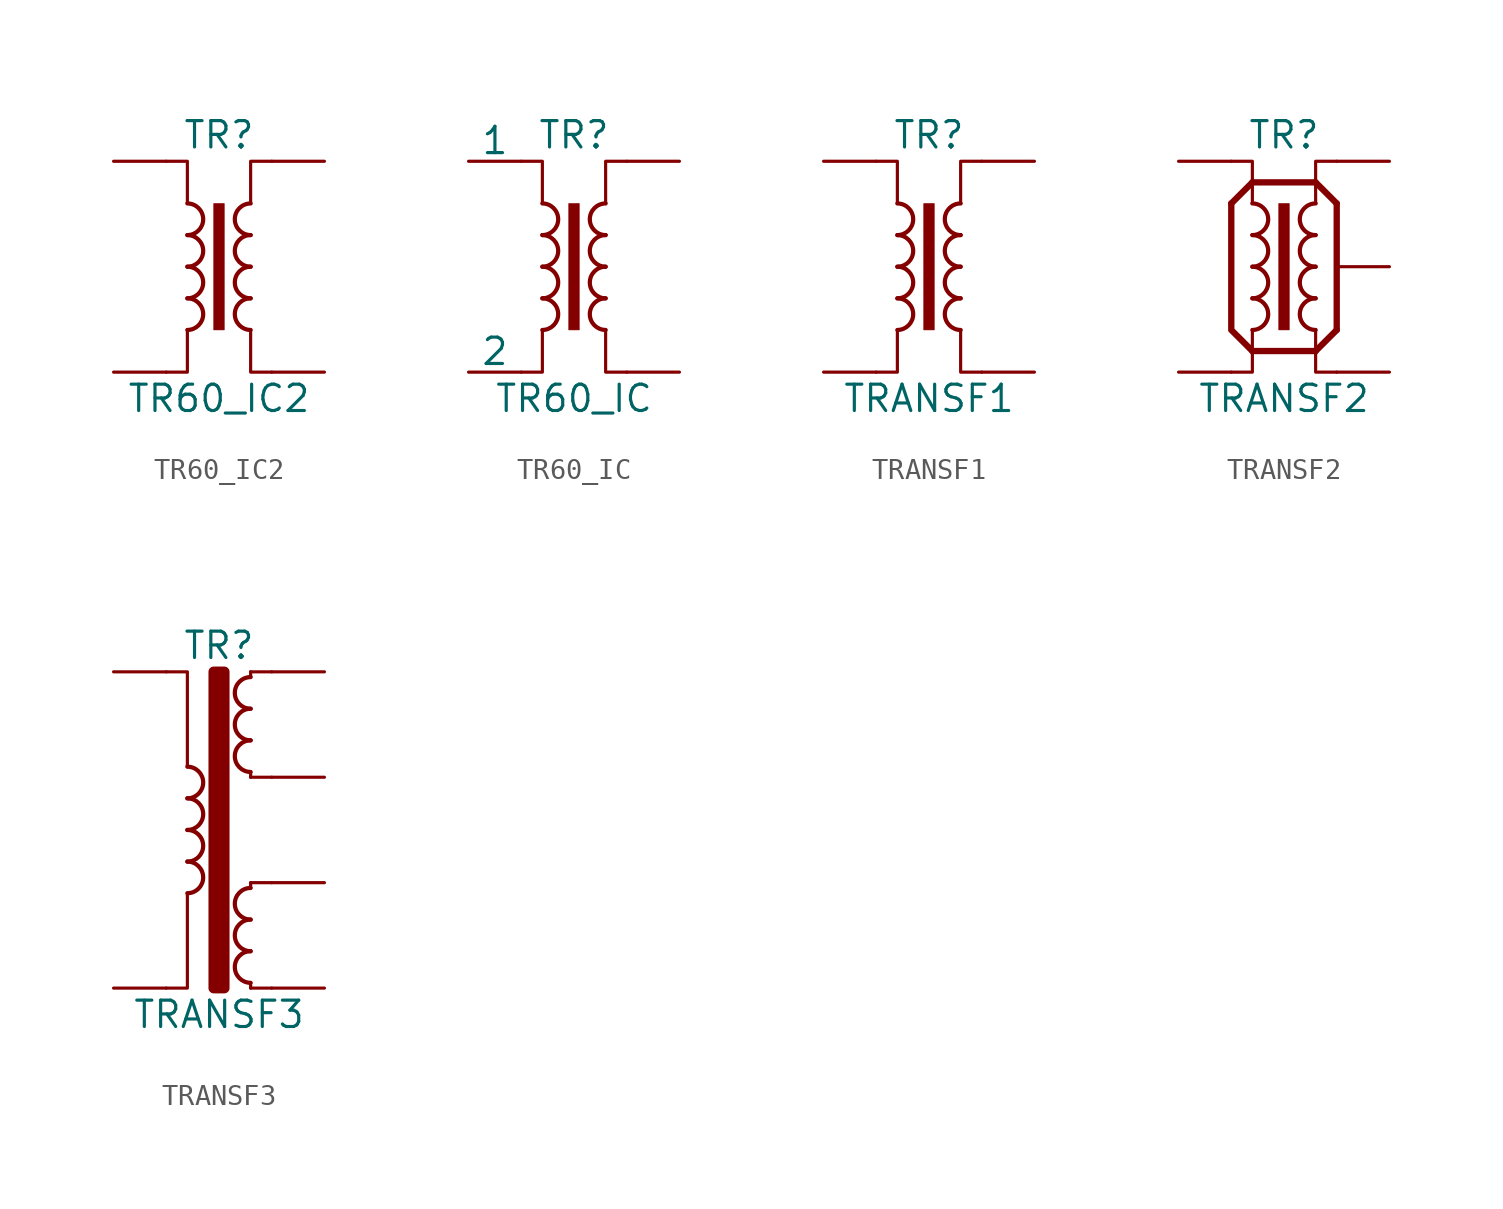
<source format=kicad_sym>
(kicad_symbol_lib
  (version 20241209)
  (generator "kicad_symbol_editor")
  (generator_version "9.0")
  (symbol "TR60_IC2"
    (pin_numbers
      (hide yes))
    (pin_names
      (offset 0))
    (property "Reference" "TR"
      (at 0 6.35 0)
      (effects (font (size 1.27 1.27))))
    (property "Value" "TR60_IC2"
      (at 0 -6.35 0)
      (effects (font (size 1.27 1.27))))
    (symbol "TR60_IC2_0_1"
      (polyline (pts (xy -2.54 5.08) (xy -1.524 5.08) (xy -1.524 3.048)) (stroke (width 0.152) (type default)) (fill (type none)))
      (arc (start -1.524 3.048) (mid -0.7653 2.286) (end -1.524 1.524) (stroke (width 0.2032) (type default)) (fill (type none)))
      (arc (start -1.524 1.524) (mid -0.7653 0.762) (end -1.524 0) (stroke (width 0.2032) (type default)) (fill (type none)))
      (arc (start -1.524 0) (mid -0.7653 -0.762) (end -1.524 -1.524) (stroke (width 0.2032) (type default)) (fill (type none)))
      (arc (start -1.524 -1.524) (mid -0.7653 -2.286) (end -1.524 -3.048) (stroke (width 0.2032) (type default)) (fill (type none)))
      (polyline (pts (xy -1.524 -3.048) (xy -1.524 -5.08) (xy -2.54 -5.08)) (stroke (width 0.152) (type default)) (fill (type none)))
      (rectangle (start -0.254 3.048) (end 0.254 -3.048) (stroke (width 0.025) (type default)) (fill (type outline)))
      (polyline (pts (xy 1.524 3.048) (xy 1.524 5.08) (xy 2.54 5.08)) (stroke (width 0.152) (type default)) (fill (type none)))
      (arc (start 1.524 1.524) (mid 0.7653 2.286) (end 1.524 3.048) (stroke (width 0.2032) (type default)) (fill (type none)))
      (arc (start 1.524 0) (mid 0.7653 0.762) (end 1.524 1.524) (stroke (width 0.2032) (type default)) (fill (type none)))
      (arc (start 1.524 -1.524) (mid 0.7653 -0.762) (end 1.524 0) (stroke (width 0.2032) (type default)) (fill (type none)))
      (arc (start 1.524 -3.048) (mid 0.7653 -2.286) (end 1.524 -1.524) (stroke (width 0.2032) (type default)) (fill (type none)))
      (polyline (pts (xy 2.54 -5.08) (xy 1.524 -5.08) (xy 1.524 -3.048)) (stroke (width 0.152) (type default)) (fill (type none))))
    (symbol "TR60_IC2_1_1"
      (pin passive line (at -5.08 5.08 0) (length 2.54) (name "~" (effects (font (size 1.27 1.27)))) (number "1" (effects (font (size 1.27 1.27)))))
      (pin passive line (at -5.08 -5.08 0) (length 2.54) (name "~" (effects (font (size 1.27 1.27)))) (number "2" (effects (font (size 1.27 1.27)))))
      (pin passive line (at 5.08 5.08 180) (length 2.54) (name "~" (effects (font (size 1.27 1.27)))) (number "3" (effects (font (size 1.27 1.27)))))
      (pin passive line (at 5.08 -5.08 180) (length 2.54) (name "~" (effects (font (size 1.27 1.27)))) (number "4" (effects (font (size 1.27 1.27)))))))
  (symbol "TR60_IC"
    (pin_numbers
      (hide yes))
    (pin_names
      (offset 0))
    (property "Reference" "TR"
      (at 0 6.35 0)
      (effects (font (size 1.27 1.27))))
    (property "Value" "TR60_IC"
      (at 0 -6.35 0)
      (effects (font (size 1.27 1.27))))
    (symbol "TR60_IC_0_1"
      (polyline (pts (xy -2.54 5.08) (xy -1.524 5.08) (xy -1.524 3.048)) (stroke (width 0.152) (type default)) (fill (type none)))
      (arc (start -1.524 3.048) (mid -0.7653 2.286) (end -1.524 1.524) (stroke (width 0.2032) (type default)) (fill (type none)))
      (arc (start -1.524 1.524) (mid -0.7653 0.762) (end -1.524 0) (stroke (width 0.2032) (type default)) (fill (type none)))
      (arc (start -1.524 0) (mid -0.7653 -0.762) (end -1.524 -1.524) (stroke (width 0.2032) (type default)) (fill (type none)))
      (arc (start -1.524 -1.524) (mid -0.7653 -2.286) (end -1.524 -3.048) (stroke (width 0.2032) (type default)) (fill (type none)))
      (polyline (pts (xy -1.524 -3.048) (xy -1.524 -5.08) (xy -2.54 -5.08)) (stroke (width 0.152) (type default)) (fill (type none)))
      (rectangle (start -0.254 3.048) (end 0.254 -3.048) (stroke (width 0.025) (type default)) (fill (type outline)))
      (polyline (pts (xy 1.524 3.048) (xy 1.524 5.08) (xy 2.54 5.08)) (stroke (width 0.152) (type default)) (fill (type none)))
      (arc (start 1.524 1.524) (mid 0.7653 2.286) (end 1.524 3.048) (stroke (width 0.2032) (type default)) (fill (type none)))
      (arc (start 1.524 0) (mid 0.7653 0.762) (end 1.524 1.524) (stroke (width 0.2032) (type default)) (fill (type none)))
      (arc (start 1.524 -1.524) (mid 0.7653 -0.762) (end 1.524 0) (stroke (width 0.2032) (type default)) (fill (type none)))
      (arc (start 1.524 -3.048) (mid 0.7653 -2.286) (end 1.524 -1.524) (stroke (width 0.2032) (type default)) (fill (type none)))
      (polyline (pts (xy 2.54 -5.08) (xy 1.524 -5.08) (xy 1.524 -3.048)) (stroke (width 0.152) (type default)) (fill (type none))))
    (symbol "TR60_IC_1_1"
      (pin passive line (at -5.08 5.08 0) (length 2.54) (name "1" (effects (font (size 1.27 1.27)))) (number "1" (effects (font (size 1.27 1.27)))))
      (pin passive line (at -5.08 -5.08 0) (length 2.54) (name "2" (effects (font (size 1.27 1.27)))) (number "2" (effects (font (size 1.27 1.27)))))
      (pin passive line (at 5.08 5.08 180) (length 2.54) (name "~" (effects (font (size 1.27 1.27)))) (number "3" (effects (font (size 1.27 1.27)))))
      (pin passive line (at 5.08 -5.08 180) (length 2.54) (name "~" (effects (font (size 1.27 1.27)))) (number "4" (effects (font (size 1.27 1.27)))))))
  (symbol "TRANSF1"
    (pin_numbers
      (hide yes))
    (pin_names
      (offset 0))
    (property "Reference" "TR"
      (at 0 6.35 0)
      (effects (font (size 1.27 1.27))))
    (property "Value" "TRANSF1"
      (at 0 -6.35 0)
      (effects (font (size 1.27 1.27))))
    (symbol "TRANSF1_0_1"
      (polyline (pts (xy -2.54 5.08) (xy -1.524 5.08) (xy -1.524 3.048)) (stroke (width 0.152) (type default)) (fill (type none)))
      (arc (start -1.524 3.048) (mid -0.7653 2.286) (end -1.524 1.524) (stroke (width 0.2032) (type default)) (fill (type none)))
      (arc (start -1.524 1.524) (mid -0.7653 0.762) (end -1.524 0) (stroke (width 0.2032) (type default)) (fill (type none)))
      (arc (start -1.524 0) (mid -0.7653 -0.762) (end -1.524 -1.524) (stroke (width 0.2032) (type default)) (fill (type none)))
      (arc (start -1.524 -1.524) (mid -0.7653 -2.286) (end -1.524 -3.048) (stroke (width 0.2032) (type default)) (fill (type none)))
      (polyline (pts (xy -1.524 -3.048) (xy -1.524 -5.08) (xy -2.54 -5.08)) (stroke (width 0.152) (type default)) (fill (type none)))
      (rectangle (start -0.254 3.048) (end 0.254 -3.048) (stroke (width 0.025) (type default)) (fill (type outline)))
      (polyline (pts (xy 1.524 3.048) (xy 1.524 5.08) (xy 2.54 5.08)) (stroke (width 0.152) (type default)) (fill (type none)))
      (arc (start 1.524 1.524) (mid 0.7653 2.286) (end 1.524 3.048) (stroke (width 0.2032) (type default)) (fill (type none)))
      (arc (start 1.524 0) (mid 0.7653 0.762) (end 1.524 1.524) (stroke (width 0.2032) (type default)) (fill (type none)))
      (arc (start 1.524 -1.524) (mid 0.7653 -0.762) (end 1.524 0) (stroke (width 0.2032) (type default)) (fill (type none)))
      (arc (start 1.524 -3.048) (mid 0.7653 -2.286) (end 1.524 -1.524) (stroke (width 0.2032) (type default)) (fill (type none)))
      (polyline (pts (xy 2.54 -5.08) (xy 1.524 -5.08) (xy 1.524 -3.048)) (stroke (width 0.152) (type default)) (fill (type none))))
    (symbol "TRANSF1_1_1"
      (pin passive line (at -5.08 5.08 0) (length 2.54) (name "~" (effects (font (size 1.27 1.27)))) (number "1" (effects (font (size 1.27 1.27)))))
      (pin passive line (at -5.08 -5.08 0) (length 2.54) (name "~" (effects (font (size 1.27 1.27)))) (number "2" (effects (font (size 1.27 1.27)))))
      (pin passive line (at 5.08 5.08 180) (length 2.54) (name "~" (effects (font (size 1.27 1.27)))) (number "4" (effects (font (size 1.27 1.27)))))
      (pin passive line (at 5.08 -5.08 180) (length 2.54) (name "~" (effects (font (size 1.27 1.27)))) (number "3" (effects (font (size 1.27 1.27)))))))
  (symbol "TRANSF2"
    (pin_numbers
      (hide yes))
    (pin_names
      (offset 0))
    (property "Reference" "TR"
      (at 0 6.35 0)
      (effects (font (size 1.27 1.27))))
    (property "Value" "TRANSF2"
      (at 0 -6.35 0)
      (effects (font (size 1.27 1.27))))
    (symbol "TRANSF2_0_1"
      (polyline (pts (xy -2.54 5.08) (xy -1.524 5.08) (xy -1.524 3.048)) (stroke (width 0.152) (type default)) (fill (type none)))
      (polyline (pts (xy -2.54 3.048) (xy -1.524 4.064)) (stroke (width 0.305) (type default)) (fill (type none)))
      (arc (start -1.524 3.048) (mid -0.7653 2.286) (end -1.524 1.524) (stroke (width 0.2032) (type default)) (fill (type none)))
      (arc (start -1.524 1.524) (mid -0.7653 0.762) (end -1.524 0) (stroke (width 0.2032) (type default)) (fill (type none)))
      (arc (start -1.524 0) (mid -0.7653 -0.762) (end -1.524 -1.524) (stroke (width 0.2032) (type default)) (fill (type none)))
      (arc (start -1.524 -1.524) (mid -0.7653 -2.286) (end -1.524 -3.048) (stroke (width 0.2032) (type default)) (fill (type none)))
      (polyline (pts (xy -1.524 4.064) (xy 1.524 4.064)) (stroke (width 0.305) (type default)) (fill (type none)))
      (polyline (pts (xy -1.524 -3.048) (xy -1.524 -5.08) (xy -2.54 -5.08)) (stroke (width 0.152) (type default)) (fill (type none)))
      (polyline (pts (xy -1.524 -4.064) (xy -2.54 -3.048) (xy -2.54 3.048)) (stroke (width 0.305) (type default)) (fill (type none)))
      (rectangle (start -0.254 3.048) (end 0.254 -3.048) (stroke (width 0.025) (type default)) (fill (type outline)))
      (polyline (pts (xy 1.524 4.064) (xy 2.54 3.048)) (stroke (width 0.305) (type default)) (fill (type none)))
      (polyline (pts (xy 1.524 3.048) (xy 1.524 5.08) (xy 2.54 5.08)) (stroke (width 0.152) (type default)) (fill (type none)))
      (polyline (pts (xy 1.524 -4.064) (xy -1.524 -4.064)) (stroke (width 0.305) (type default)) (fill (type none)))
      (arc (start 1.524 1.524) (mid 0.7653 2.286) (end 1.524 3.048) (stroke (width 0.2032) (type default)) (fill (type none)))
      (arc (start 1.524 0) (mid 0.7653 0.762) (end 1.524 1.524) (stroke (width 0.2032) (type default)) (fill (type none)))
      (arc (start 1.524 -1.524) (mid 0.7653 -0.762) (end 1.524 0) (stroke (width 0.2032) (type default)) (fill (type none)))
      (arc (start 1.524 -3.048) (mid 0.7653 -2.286) (end 1.524 -1.524) (stroke (width 0.2032) (type default)) (fill (type none)))
      (polyline (pts (xy 2.54 3.048) (xy 2.54 -3.048)) (stroke (width 0.305) (type default)) (fill (type none)))
      (polyline (pts (xy 2.54 -3.048) (xy 1.524 -4.064)) (stroke (width 0.305) (type default)) (fill (type none)))
      (polyline (pts (xy 2.54 -5.08) (xy 1.524 -5.08) (xy 1.524 -3.048)) (stroke (width 0.152) (type default)) (fill (type none))))
    (symbol "TRANSF2_1_1"
      (pin passive line (at -5.08 5.08 0) (length 2.54) (name "~" (effects (font (size 1.27 1.27)))) (number "1" (effects (font (size 1.27 1.27)))))
      (pin passive line (at -5.08 -5.08 0) (length 2.54) (name "~" (effects (font (size 1.27 1.27)))) (number "2" (effects (font (size 1.27 1.27)))))
      (pin passive line (at 5.08 5.08 180) (length 2.54) (name "~" (effects (font (size 1.27 1.27)))) (number "4" (effects (font (size 1.27 1.27)))))
      (pin passive line (at 5.08 0 180) (length 2.54) (name "~" (effects (font (size 1.27 1.27)))) (number "0" (effects (font (size 1.27 1.27)))))
      (pin passive line (at 5.08 -5.08 180) (length 2.54) (name "~" (effects (font (size 1.27 1.27)))) (number "3" (effects (font (size 1.27 1.27)))))))
  (symbol "TRANSF3"
    (pin_numbers
      (hide yes))
    (pin_names
      (offset 0))
    (property "Reference" "TR"
      (at 0 8.89 0)
      (effects (font (size 1.27 1.27))))
    (property "Value" "TRANSF3"
      (at 0 -8.89 0)
      (effects (font (size 1.27 1.27))))
    (symbol "TRANSF3_0_1"
      (polyline (pts (xy -2.54 -7.62) (xy -1.524 -7.62) (xy -1.524 -3.048) (xy -1.524 -4.318)) (stroke (width 0) (type default)) (fill (type none)))
      (arc (start -1.524 3.048) (mid -0.7653 2.286) (end -1.524 1.524) (stroke (width 0.2032) (type default)) (fill (type none)))
      (arc (start -1.524 1.524) (mid -0.7653 0.762) (end -1.524 0) (stroke (width 0.2032) (type default)) (fill (type none)))
      (arc (start -1.524 0) (mid -0.7653 -0.762) (end -1.524 -1.524) (stroke (width 0.2032) (type default)) (fill (type none)))
      (arc (start -1.524 -1.524) (mid -0.7653 -2.286) (end -1.524 -3.048) (stroke (width 0.2032) (type default)) (fill (type none)))
      (polyline (pts (xy -1.524 3.048) (xy -1.524 7.62) (xy -2.54 7.62)) (stroke (width 0) (type default)) (fill (type none)))
      (rectangle (start -0.254 7.62) (end 0.254 -7.62) (stroke (width 0.508) (type default)) (fill (type outline)))
      (polyline (pts (xy 1.524 7.62) (xy 1.524 7.366)) (stroke (width 0) (type default)) (fill (type outline)))
      (polyline (pts (xy 1.524 7.62) (xy 2.54 7.62)) (stroke (width 0) (type default)) (fill (type none)))
      (polyline (pts (xy 1.524 2.54) (xy 1.524 2.794)) (stroke (width 0) (type default)) (fill (type outline)))
      (polyline (pts (xy 1.524 2.54) (xy 2.54 2.54)) (stroke (width 0) (type default)) (fill (type none)))
      (polyline (pts (xy 1.524 -2.54) (xy 1.524 -2.794)) (stroke (width 0) (type default)) (fill (type outline)))
      (polyline (pts (xy 1.524 -2.54) (xy 2.54 -2.54)) (stroke (width 0) (type default)) (fill (type none)))
      (polyline (pts (xy 1.524 -7.366) (xy 1.524 -7.62)) (stroke (width 0) (type default)) (fill (type outline)))
      (arc (start 1.524 5.842) (mid 0.7653 6.604) (end 1.524 7.366) (stroke (width 0.2032) (type default)) (fill (type none)))
      (arc (start 1.524 4.318) (mid 0.7653 5.08) (end 1.524 5.842) (stroke (width 0.2032) (type default)) (fill (type none)))
      (arc (start 1.524 2.794) (mid 0.7653 3.556) (end 1.524 4.318) (stroke (width 0.2032) (type default)) (fill (type none)))
      (arc (start 1.524 -4.318) (mid 0.7653 -3.556) (end 1.524 -2.794) (stroke (width 0.2032) (type default)) (fill (type none)))
      (arc (start 1.524 -5.842) (mid 0.7653 -5.08) (end 1.524 -4.318) (stroke (width 0.2032) (type default)) (fill (type none)))
      (arc (start 1.524 -7.366) (mid 0.7653 -6.604) (end 1.524 -5.842) (stroke (width 0.2032) (type default)) (fill (type none)))
      (polyline (pts (xy 2.54 -7.62) (xy 1.524 -7.62)) (stroke (width 0) (type default)) (fill (type none))))
    (symbol "TRANSF3_1_1"
      (pin passive line (at -5.08 7.62 0) (length 2.54) (name "~" (effects (font (size 1.27 1.27)))) (number "1" (effects (font (size 1.27 1.27)))))
      (pin passive line (at -5.08 -7.62 0) (length 2.54) (name "~" (effects (font (size 1.27 1.27)))) (number "2" (effects (font (size 1.27 1.27)))))
      (pin passive line (at 5.08 7.62 180) (length 2.54) (name "~" (effects (font (size 1.27 1.27)))) (number "3" (effects (font (size 1.27 1.27)))))
      (pin passive line (at 5.08 2.54 180) (length 2.54) (name "~" (effects (font (size 1.27 1.27)))) (number "4" (effects (font (size 1.27 1.27)))))
      (pin passive line (at 5.08 -2.54 180) (length 2.54) (name "~" (effects (font (size 1.27 1.27)))) (number "5" (effects (font (size 1.27 1.27)))))
      (pin passive line (at 5.08 -7.62 180) (length 2.54) (name "~" (effects (font (size 1.27 1.27)))) (number "6" (effects (font (size 1.27 1.27))))))))
</source>
